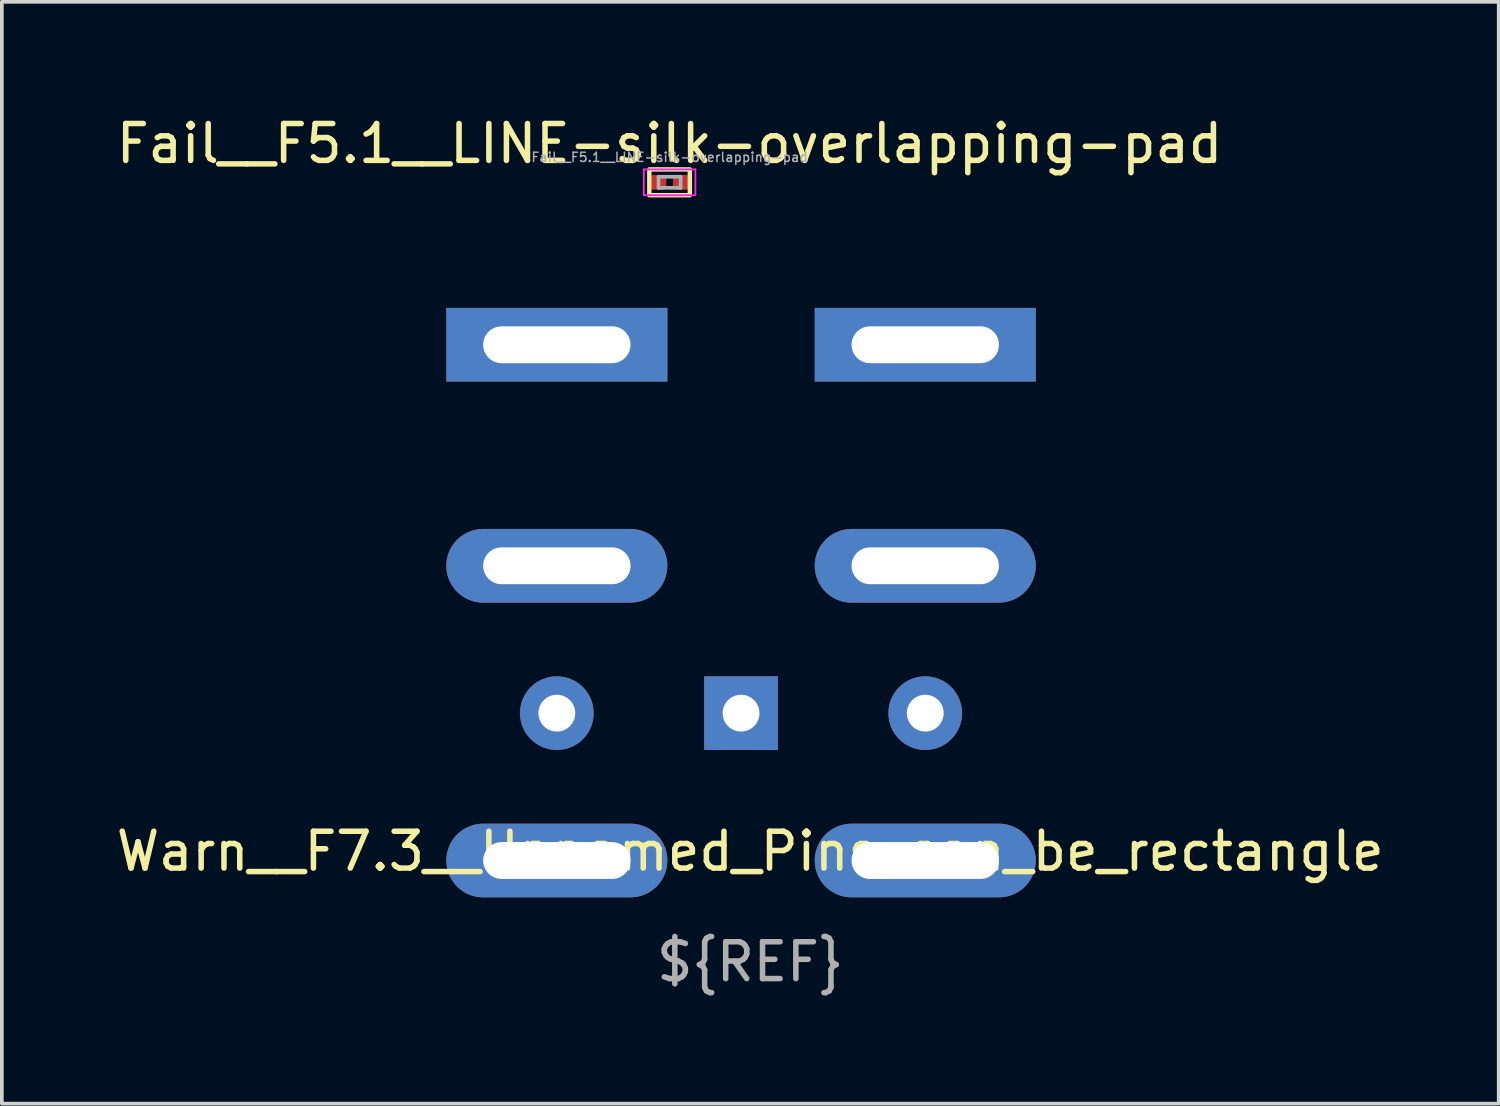
<source format=kicad_pcb>
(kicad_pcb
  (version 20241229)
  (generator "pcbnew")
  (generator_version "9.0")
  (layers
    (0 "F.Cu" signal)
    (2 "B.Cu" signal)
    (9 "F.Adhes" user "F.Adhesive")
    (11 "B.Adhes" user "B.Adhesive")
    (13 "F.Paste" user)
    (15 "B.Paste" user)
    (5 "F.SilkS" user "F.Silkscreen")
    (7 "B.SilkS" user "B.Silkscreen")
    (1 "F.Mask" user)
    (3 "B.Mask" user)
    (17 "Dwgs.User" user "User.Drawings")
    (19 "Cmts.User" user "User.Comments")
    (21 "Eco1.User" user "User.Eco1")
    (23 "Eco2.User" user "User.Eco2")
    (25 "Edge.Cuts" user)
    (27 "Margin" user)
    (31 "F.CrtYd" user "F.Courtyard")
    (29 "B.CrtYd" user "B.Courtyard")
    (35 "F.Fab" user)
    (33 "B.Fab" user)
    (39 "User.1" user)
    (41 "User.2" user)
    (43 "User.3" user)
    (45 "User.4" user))
  (footprint "Warn__F7.3__Unnamed_Pins_can_be_rectangle"
    (layer "F.Cu")
    (at 17.065 16.308)
    (property "Reference" "Warn__F7.3__Unnamed_Pins_can_be_rectangle" (at 0.25 3.75 0) (unlocked yes) (layer "F.SilkS") (effects (font (size 1 1) (thickness 0.15))))
    (attr smd)
    (fp_text user "${REF}" (at 0.25 6.75 0) (unlocked yes) (layer "F.Fab") (effects (font (size 1 1) (thickness 0.15))))
    (pad "" thru_hole rect (at -5 -10) (size 6 2) (drill oval 4 1) (layers "*.Cu" "*.Mask"))
    (pad "" thru_hole oval (at -5 -4) (size 6 2) (drill oval 4 1) (layers "*.Cu" "*.Mask"))
    (pad "" thru_hole oval (at -5 4) (size 6 2) (drill oval 4 1) (layers "*.Cu" "*.Mask"))
    (pad "" thru_hole rect (at 5 -10) (size 6 2) (drill oval 4 1) (layers "*.Cu" "*.Mask"))
    (pad "" thru_hole oval (at 5 -4) (size 6 2) (drill oval 4 1) (layers "*.Cu" "*.Mask"))
    (pad "" thru_hole oval (at 5 4) (size 6 2) (drill oval 4 1) (layers "*.Cu" "*.Mask"))
    (pad "1" thru_hole rect (at 0 0) (size 2 2) (drill 1) (layers "*.Cu" "*.Mask"))
    (pad "2" thru_hole circle (at 5 0) (size 2 2) (drill 1) (layers "*.Cu" "*.Mask"))
    (pad "3" thru_hole circle (at -5 0) (size 2 2) (drill 1) (layers "*.Cu" "*.Mask")))
  (footprint "Fail__F5.1__LINE-silk-overlapping-pad"
    (layer "F.Cu")
    (at 15.125 1.898)
    (property "Reference" "Fail__F5.1__LINE-silk-overlapping-pad" (at 0 -1.05 0) (layer "F.SilkS") (effects (font (size 1 1) (thickness 0.15))))
    (attr smd)
    (fp_rect (start -0.55 -0.35) (end 0.55 0.35) (stroke (width 0.12) (type solid)) (fill no) (layer "F.SilkS"))
    (fp_line (start -0.7 -0.35) (end 0.7 -0.35) (stroke (width 0.05) (type solid)) (layer "F.CrtYd"))
    (fp_line (start -0.7 0.35) (end -0.7 -0.35) (stroke (width 0.05) (type solid)) (layer "F.CrtYd"))
    (fp_line (start 0.7 -0.35) (end 0.7 0.35) (stroke (width 0.05) (type solid)) (layer "F.CrtYd"))
    (fp_line (start 0.7 0.35) (end -0.7 0.35) (stroke (width 0.05) (type solid)) (layer "F.CrtYd"))
    (fp_line (start -0.3 -0.15) (end 0.3 -0.15) (stroke (width 0.1) (type solid)) (layer "F.Fab"))
    (fp_line (start -0.3 0.15) (end -0.3 -0.15) (stroke (width 0.1) (type solid)) (layer "F.Fab"))
    (fp_line (start 0.3 -0.15) (end 0.3 0.15) (stroke (width 0.1) (type solid)) (layer "F.Fab"))
    (fp_line (start 0.3 0.15) (end -0.3 0.15) (stroke (width 0.1) (type solid)) (layer "F.Fab"))
    (fp_text user "${REFERENCE}" (at 0 -0.68 0) (layer "F.Fab") (effects (font (size 0.25 0.25) (thickness 0.04))))
    (pad "" smd roundrect (at -0.345 0) (size 0.318 0.36) (layers "F.Paste") (roundrect_rratio 0.25))
    (pad "" smd roundrect (at 0.345 0) (size 0.318 0.36) (layers "F.Paste") (roundrect_rratio 0.25))
    (pad "1" smd roundrect (at -0.32 0) (size 0.46 0.4) (layers "F.Cu" "F.Mask") (roundrect_rratio 0.25))
    (pad "2" smd roundrect (at 0.32 0) (size 0.46 0.4) (layers "F.Cu" "F.Mask") (roundrect_rratio 0.25)))
  (gr_rect
    (start -3 -3)
    (end 37.631 26.907)
    (stroke (width 0.1) (type default))
    (fill no)
    (layer "Edge.Cuts")))
</source>
